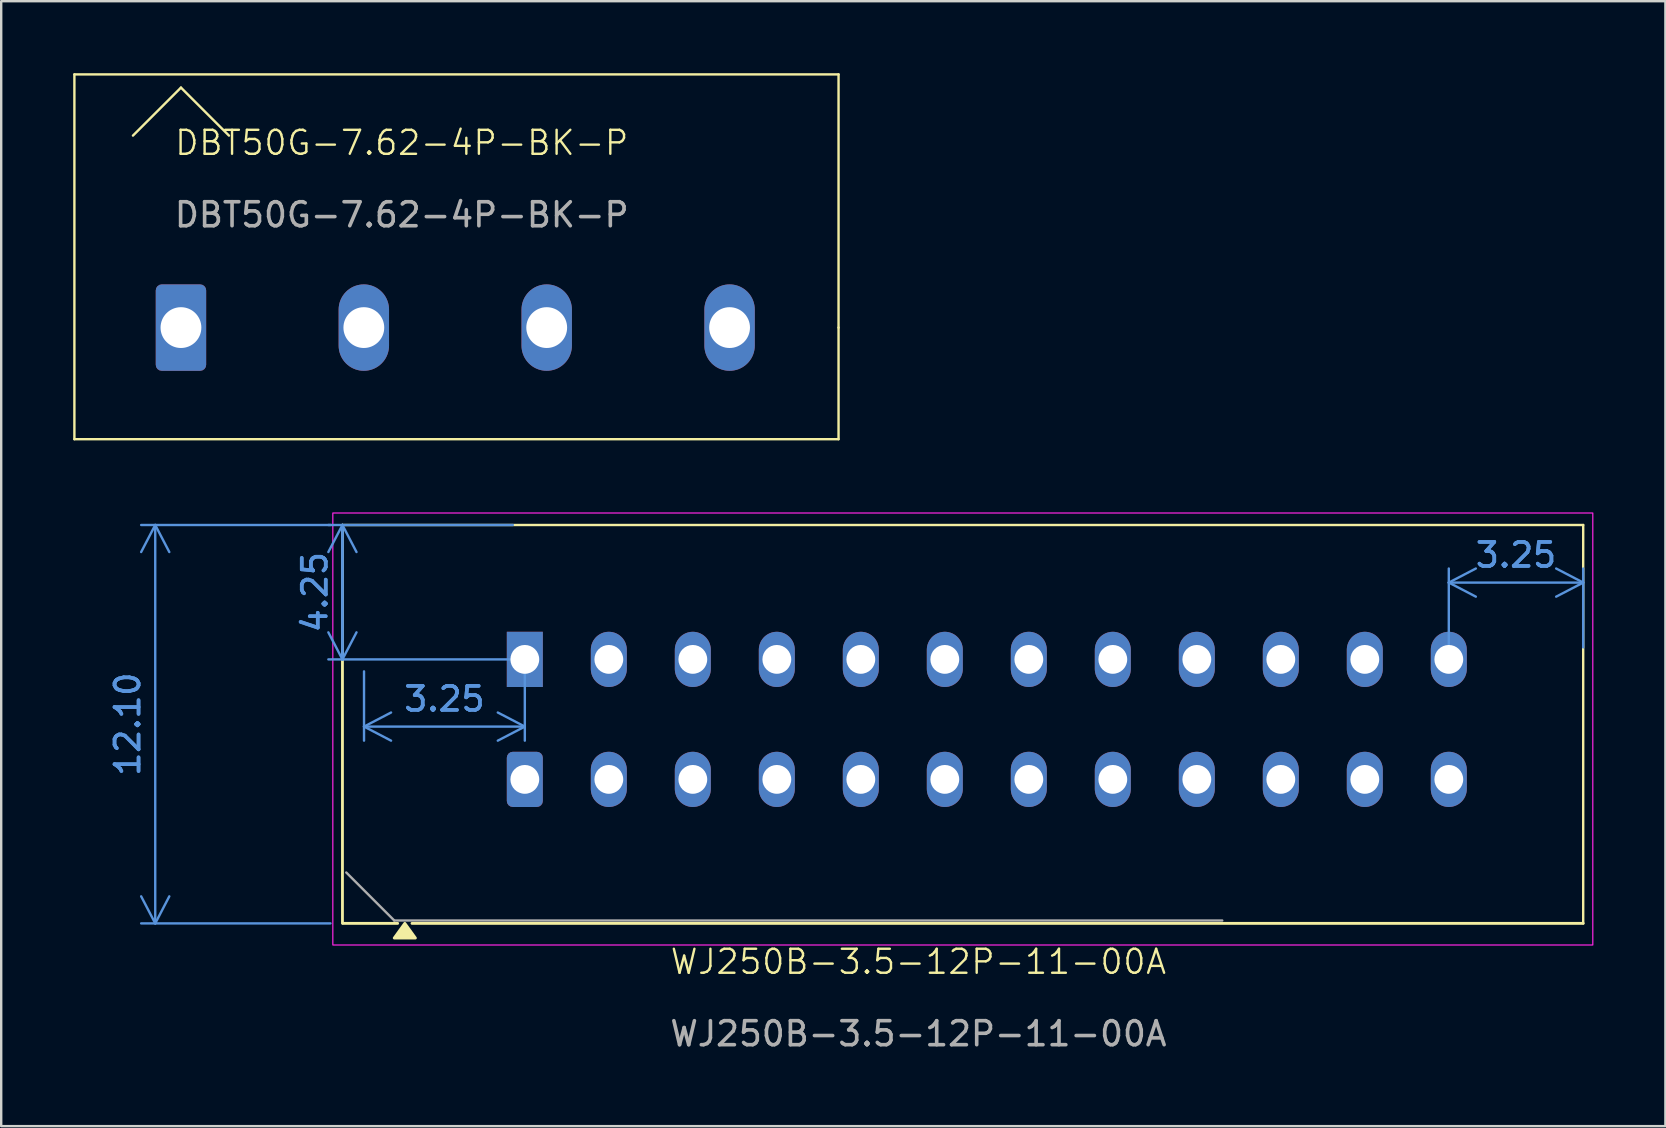
<source format=kicad_pcb>
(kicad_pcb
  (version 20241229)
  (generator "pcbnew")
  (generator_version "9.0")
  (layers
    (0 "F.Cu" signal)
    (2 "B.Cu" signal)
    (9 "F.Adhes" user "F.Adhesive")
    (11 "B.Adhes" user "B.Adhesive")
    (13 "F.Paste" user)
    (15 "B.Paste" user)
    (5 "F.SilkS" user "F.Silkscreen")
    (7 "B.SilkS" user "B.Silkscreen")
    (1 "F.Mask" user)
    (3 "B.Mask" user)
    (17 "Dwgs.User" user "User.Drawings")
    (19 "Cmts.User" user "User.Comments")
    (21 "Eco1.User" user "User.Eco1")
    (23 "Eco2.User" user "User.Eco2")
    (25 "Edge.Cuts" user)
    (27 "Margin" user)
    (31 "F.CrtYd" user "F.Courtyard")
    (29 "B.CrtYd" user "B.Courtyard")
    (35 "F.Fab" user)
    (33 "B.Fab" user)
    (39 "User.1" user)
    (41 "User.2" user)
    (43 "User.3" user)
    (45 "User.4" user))
  (footprint "DBT50G-7.62-4P-BK-P"
    (layer "F.Cu")
    (at 4.49 10.6)
    (property "Reference" "DBT50G-7.62-4P-BK-P" (at 9.2 -7.7 0) (unlocked yes) (layer "F.SilkS") (effects (font (size 1 1) (thickness 0.1))))
    (attr smd)
    (fp_line (start -4.44 4.65) (end -4.44 -10.55) (stroke (width 0.1) (type solid)) (layer "F.SilkS"))
    (fp_line (start -4.44 4.65) (end 27.4 4.65) (stroke (width 0.1) (type solid)) (layer "F.SilkS"))
    (fp_line (start 0 -10) (end -2 -8) (stroke (width 0.1) (type default)) (layer "F.SilkS"))
    (fp_line (start 0 -10) (end 2 -8) (stroke (width 0.1) (type default)) (layer "F.SilkS"))
    (fp_line (start 27.4 -10.55) (end -4.44 -10.55) (stroke (width 0.1) (type default)) (layer "F.SilkS"))
    (fp_line (start 27.4 0) (end 27.4 -10.55) (stroke (width 0.1) (type default)) (layer "F.SilkS"))
    (fp_line (start 27.4 0) (end 27.4 4.65) (stroke (width 0.1) (type default)) (layer "F.SilkS"))
    (fp_text user "${REFERENCE}" (at 9.2 -4.7 0) (unlocked yes) (layer "F.Fab") (effects (font (size 1 1) (thickness 0.15))))
    (pad "1" thru_hole roundrect (at 0 0) (size 2.1 3.6) (drill 1.7) (layers "*.Cu" "*.Mask") (roundrect_rratio 0.119))
    (pad "2" thru_hole oval (at 7.62 0) (size 2.1 3.6) (drill 1.7) (layers "*.Cu" "*.Mask"))
    (pad "3" thru_hole oval (at 15.24 0) (size 2.1 3.6) (drill 1.7) (layers "*.Cu" "*.Mask"))
    (pad "4" thru_hole oval (at 22.86 0) (size 2.1 3.6) (drill 1.7) (layers "*.Cu" "*.Mask")))
  (footprint "WJ250B-3.5-12P-11-00A"
    (layer "F.Cu")
    (at 35.318 37.825)
    (property "Reference" "WJ250B-3.5-12P-11-00A" (at -0.1 -0.8 0) (unlocked yes) (layer "F.SilkS") (effects (font (size 1 1) (thickness 0.1))))
    (attr smd)
    (fp_line (start -24.1 -19) (end -24.1 -2.4) (stroke (width 0.1) (type default)) (layer "F.SilkS"))
    (fp_line (start -24.1 -19) (end 27.6 -19) (stroke (width 0.1) (type default)) (layer "F.SilkS"))
    (fp_line (start -24.1 -2.4) (end -24.1 -19) (stroke (width 0.1) (type solid)) (layer "F.SilkS"))
    (fp_line (start -21.8 -2.4) (end -24.06 -2.4) (stroke (width 0.12) (type solid)) (layer "F.SilkS"))
    (fp_line (start 27.6 -2.4) (end -21.2 -2.4) (stroke (width 0.12) (type solid)) (layer "F.SilkS"))
    (fp_line (start 27.6 -2.4) (end 27.6 -19) (stroke (width 0.1) (type default)) (layer "F.SilkS"))
    (fp_poly (pts (xy -21.5 -2.4) (xy -21.06 -1.79) (xy -21.94 -1.79)) (stroke (width 0.12) (type solid)) (fill yes) (layer "F.SilkS"))
    (fp_line (start -24.1 -13.4) (end -24.1 -19) (stroke (width 0.1) (type default)) (layer "Cmts.User"))
    (fp_rect (start -24.5 -19.5) (end 28 -1.5) (stroke (width 0.05) (type default)) (fill no) (layer "F.CrtYd"))
    (fp_line (start -21.94 -2.52) (end -23.94 -4.52) (stroke (width 0.1) (type solid)) (layer "F.Fab"))
    (fp_line (start 12.56 -2.52) (end -21.94 -2.52) (stroke (width 0.1) (type solid)) (layer "F.Fab"))
    (fp_text user "${REFERENCE}" (at -0.1 2.2 0) (unlocked yes) (layer "F.Fab") (effects (font (size 1 1) (thickness 0.15))))
    (dimension (type orthogonal) (layer "Cmts.User") (pts (xy 57.318 24.425) (xy 62.918 24.425)) (height -3.2) (orientation 0) (format (prefix "") (suffix "") (units 3) (units_format 0) (precision 4) (override_value "3.25") (suppress_zeroes yes)) (style (thickness 0.1) (arrow_length 1.27) (text_position_mode 0) (arrow_direction outward) (extension_height 0.586) (extension_offset 0.5) (keep_text_aligned yes)) (gr_text "3.25" (at 60.118 20.075 0) (layer "Cmts.User") (effects (font (size 1 1) (thickness 0.15)))))
    (dimension (type orthogonal) (layer "Cmts.User") (pts (xy 18.818 24.425) (xy 18.818 18.825)) (height -7.6) (orientation 1) (format (prefix "") (suffix "") (units 3) (units_format 0) (precision 4) (override_value "4.25") (suppress_zeroes yes)) (style (thickness 0.1) (arrow_length 1.27) (text_position_mode 0) (arrow_direction outward) (extension_height 0.586) (extension_offset 0.5) (keep_text_aligned yes)) (gr_text "4.25" (at 10.068 21.625 90) (layer "Cmts.User") (effects (font (size 1 1) (thickness 0.15)))))
    (dimension (type orthogonal) (layer "Cmts.User") (pts (xy 11.218 18.825) (xy 11.218 35.425)) (height -7.8) (orientation 1) (format (prefix "") (suffix "") (units 3) (units_format 0) (precision 4) (override_value "12.10") (suppress_zeroes yes)) (style (thickness 0.1) (arrow_length 1.27) (text_position_mode 0) (arrow_direction outward) (extension_height 0.586) (extension_offset 0.5) (keep_text_aligned yes)) (gr_text "12.10" (at 2.268 27.125 90) (layer "Cmts.User") (effects (font (size 1 1) (thickness 0.15)))))
    (dimension (type orthogonal) (layer "Cmts.User") (pts (xy 18.818 24.425) (xy 12.118 24.425)) (height 2.8) (orientation 0) (format (prefix "") (suffix "") (units 3) (units_format 0) (precision 4) (override_value "3.25") (suppress_zeroes yes)) (style (thickness 0.1) (arrow_length 1.27) (text_position_mode 0) (arrow_direction outward) (extension_height 0.586) (extension_offset 0.5) (keep_text_aligned yes)) (gr_text "3.25" (at 15.468 26.075 0) (layer "Cmts.User") (effects (font (size 1 1) (thickness 0.15)))))
    (pad "1" thru_hole rect (at -16.5 -13.4) (size 1.5 2.3) (drill 1.2) (layers "*.Cu" "*.Mask"))
    (pad "1" thru_hole roundrect (at -16.5 -8.4) (size 1.5 2.3) (drill 1.2) (layers "*.Cu" "*.Mask") (roundrect_rratio 0.167))
    (pad "2" thru_hole oval (at -13 -13.4) (size 1.5 2.3) (drill 1.2) (layers "*.Cu" "*.Mask"))
    (pad "2" thru_hole oval (at -13 -8.4) (size 1.5 2.3) (drill 1.2) (layers "*.Cu" "*.Mask"))
    (pad "3" thru_hole oval (at -9.5 -13.4) (size 1.5 2.3) (drill 1.2) (layers "*.Cu" "*.Mask"))
    (pad "3" thru_hole oval (at -9.5 -8.4) (size 1.5 2.3) (drill 1.2) (layers "*.Cu" "*.Mask"))
    (pad "4" thru_hole oval (at -6 -13.4) (size 1.5 2.3) (drill 1.2) (layers "*.Cu" "*.Mask"))
    (pad "4" thru_hole oval (at -6 -8.4) (size 1.5 2.3) (drill 1.2) (layers "*.Cu" "*.Mask"))
    (pad "5" thru_hole oval (at -2.5 -13.4) (size 1.5 2.3) (drill 1.2) (layers "*.Cu" "*.Mask"))
    (pad "5" thru_hole oval (at -2.5 -8.4) (size 1.5 2.3) (drill 1.2) (layers "*.Cu" "*.Mask"))
    (pad "6" thru_hole oval (at 1 -13.4) (size 1.5 2.3) (drill 1.2) (layers "*.Cu" "*.Mask"))
    (pad "6" thru_hole oval (at 1 -8.4) (size 1.5 2.3) (drill 1.2) (layers "*.Cu" "*.Mask"))
    (pad "7" thru_hole oval (at 4.5 -13.4) (size 1.5 2.3) (drill 1.2) (layers "*.Cu" "*.Mask"))
    (pad "7" thru_hole oval (at 4.5 -8.4) (size 1.5 2.3) (drill 1.2) (layers "*.Cu" "*.Mask"))
    (pad "8" thru_hole oval (at 8 -13.4) (size 1.5 2.3) (drill 1.2) (layers "*.Cu" "*.Mask"))
    (pad "8" thru_hole oval (at 8 -8.4) (size 1.5 2.3) (drill 1.2) (layers "*.Cu" "*.Mask"))
    (pad "9" thru_hole oval (at 11.5 -13.4) (size 1.5 2.3) (drill 1.2) (layers "*.Cu" "*.Mask"))
    (pad "9" thru_hole oval (at 11.5 -8.4) (size 1.5 2.3) (drill 1.2) (layers "*.Cu" "*.Mask"))
    (pad "10" thru_hole oval (at 15 -13.4) (size 1.5 2.3) (drill 1.2) (layers "*.Cu" "*.Mask"))
    (pad "10" thru_hole oval (at 15 -8.4) (size 1.5 2.3) (drill 1.2) (layers "*.Cu" "*.Mask"))
    (pad "11" thru_hole oval (at 18.5 -13.4) (size 1.5 2.3) (drill 1.2) (layers "*.Cu" "*.Mask"))
    (pad "11" thru_hole oval (at 18.5 -8.4) (size 1.5 2.3) (drill 1.2) (layers "*.Cu" "*.Mask"))
    (pad "12" thru_hole oval (at 22 -13.4) (size 1.5 2.3) (drill 1.2) (layers "*.Cu" "*.Mask"))
    (pad "12" thru_hole oval (at 22 -8.4) (size 1.5 2.3) (drill 1.2) (layers "*.Cu" "*.Mask")))
  (gr_rect
    (start -3 -3)
    (end 66.343 43.873)
    (stroke (width 0.1) (type default))
    (fill no)
    (layer "Edge.Cuts")))
</source>
